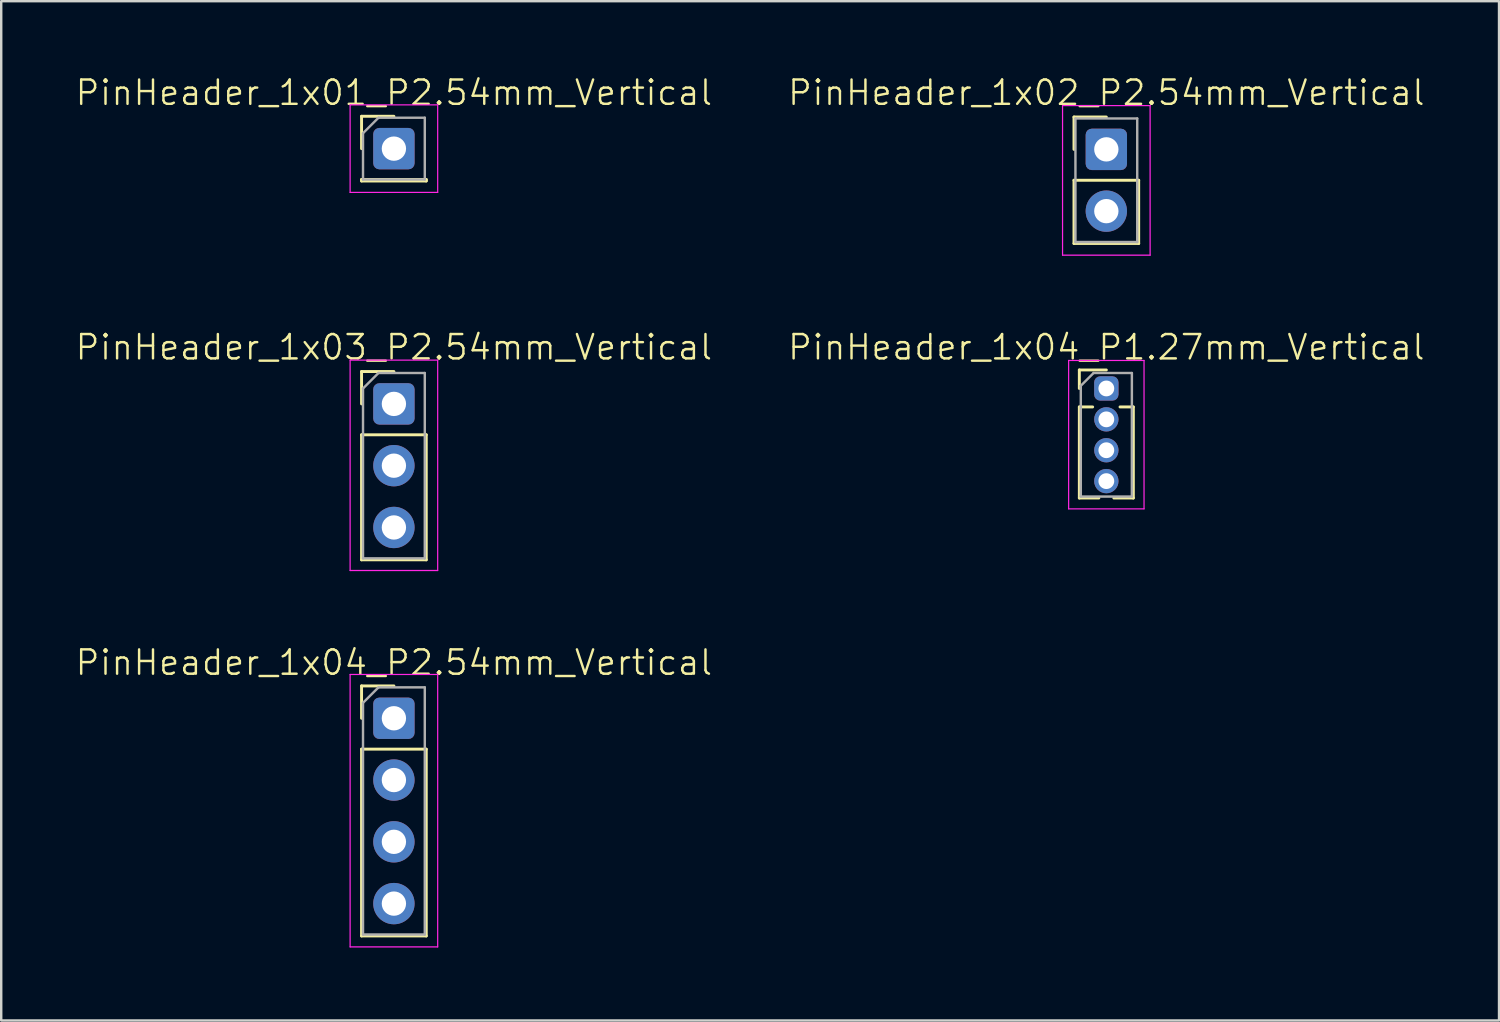
<source format=kicad_pcb>
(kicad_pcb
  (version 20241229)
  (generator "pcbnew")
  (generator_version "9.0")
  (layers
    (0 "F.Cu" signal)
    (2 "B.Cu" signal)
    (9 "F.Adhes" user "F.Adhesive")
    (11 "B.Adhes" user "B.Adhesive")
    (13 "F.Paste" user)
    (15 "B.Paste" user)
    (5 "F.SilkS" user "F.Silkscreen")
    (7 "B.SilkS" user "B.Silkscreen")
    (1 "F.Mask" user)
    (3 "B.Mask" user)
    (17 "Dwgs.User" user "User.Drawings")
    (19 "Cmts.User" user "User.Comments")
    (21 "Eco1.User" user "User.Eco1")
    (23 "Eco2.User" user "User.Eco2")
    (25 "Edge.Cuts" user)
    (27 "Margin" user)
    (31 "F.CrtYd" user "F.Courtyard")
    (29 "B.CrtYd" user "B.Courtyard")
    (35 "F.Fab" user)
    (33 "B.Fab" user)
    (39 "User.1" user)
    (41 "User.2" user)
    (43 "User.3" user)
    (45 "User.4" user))
  (footprint "PinHeader_1x02_P2.54mm_Vertical"
    (layer "F.Cu")
    (at 42.436 4.361)
    (property "Reference" "PinHeader_1x02_P2.54mm_Vertical" (at 0 -3.6 0) (layer "F.SilkS") (effects (font (size 1 1) (thickness 0.1))))
    (attr through_hole)
    (fp_line (start -1.33 -2.6) (end 0 -2.6) (stroke (width 0.12) (type solid)) (layer "F.SilkS"))
    (fp_line (start -1.33 -1.27) (end -1.33 -2.6) (stroke (width 0.12) (type solid)) (layer "F.SilkS"))
    (fp_line (start -1.33 0) (end -1.33 2.6) (stroke (width 0.12) (type solid)) (layer "F.SilkS"))
    (fp_line (start -1.33 0) (end 1.33 0) (stroke (width 0.12) (type solid)) (layer "F.SilkS"))
    (fp_line (start -1.33 2.6) (end 1.33 2.6) (stroke (width 0.12) (type solid)) (layer "F.SilkS"))
    (fp_line (start 1.33 0) (end 1.33 2.6) (stroke (width 0.12) (type solid)) (layer "F.SilkS"))
    (fp_line (start -1.8 -3.07) (end -1.8 3.08) (stroke (width 0.05) (type solid)) (layer "F.CrtYd"))
    (fp_line (start -1.8 3.08) (end 1.8 3.08) (stroke (width 0.05) (type solid)) (layer "F.CrtYd"))
    (fp_line (start 1.8 -3.07) (end -1.8 -3.07) (stroke (width 0.05) (type solid)) (layer "F.CrtYd"))
    (fp_line (start 1.8 3.08) (end 1.8 -3.07) (stroke (width 0.05) (type solid)) (layer "F.CrtYd"))
    (fp_line (start -1.27 -2.54) (end 1.27 -2.54) (stroke (width 0.1) (type solid)) (layer "F.Fab"))
    (fp_line (start -1.27 2.54) (end -1.27 -2.54) (stroke (width 0.1) (type solid)) (layer "F.Fab"))
    (fp_line (start 1.27 -2.54) (end 1.27 2.54) (stroke (width 0.1) (type solid)) (layer "F.Fab"))
    (fp_line (start 1.27 2.54) (end -1.27 2.54) (stroke (width 0.1) (type solid)) (layer "F.Fab"))
    (pad "1" thru_hole roundrect (at 0 -1.27) (size 1.7 1.7) (drill 1) (layers "*.Cu" "*.Mask") (roundrect_rratio 0.147))
    (pad "2" thru_hole oval (at 0 1.27) (size 1.7 1.7) (drill 1) (layers "*.Cu" "*.Mask")))
  (footprint "PinHeader_1x03_P2.54mm_Vertical"
    (layer "F.Cu")
    (at 13.145 16.096)
    (property "Reference" "PinHeader_1x03_P2.54mm_Vertical" (at 0 -4.87 0) (layer "F.SilkS") (effects (font (size 1 1) (thickness 0.1))))
    (attr through_hole)
    (fp_line (start -1.33 -3.87) (end 0 -3.87) (stroke (width 0.12) (type solid)) (layer "F.SilkS"))
    (fp_line (start -1.33 -2.54) (end -1.33 -3.87) (stroke (width 0.12) (type solid)) (layer "F.SilkS"))
    (fp_line (start -1.33 -1.27) (end -1.33 3.87) (stroke (width 0.12) (type solid)) (layer "F.SilkS"))
    (fp_line (start -1.33 -1.27) (end 1.33 -1.27) (stroke (width 0.12) (type solid)) (layer "F.SilkS"))
    (fp_line (start -1.33 3.87) (end 1.33 3.87) (stroke (width 0.12) (type solid)) (layer "F.SilkS"))
    (fp_line (start 1.33 -1.27) (end 1.33 3.87) (stroke (width 0.12) (type solid)) (layer "F.SilkS"))
    (fp_line (start -1.8 -4.34) (end -1.8 4.31) (stroke (width 0.05) (type solid)) (layer "F.CrtYd"))
    (fp_line (start -1.8 4.31) (end 1.8 4.31) (stroke (width 0.05) (type solid)) (layer "F.CrtYd"))
    (fp_line (start 1.8 -4.34) (end -1.8 -4.34) (stroke (width 0.05) (type solid)) (layer "F.CrtYd"))
    (fp_line (start 1.8 4.31) (end 1.8 -4.34) (stroke (width 0.05) (type solid)) (layer "F.CrtYd"))
    (fp_line (start -1.27 -3.175) (end -0.635 -3.81) (stroke (width 0.1) (type solid)) (layer "F.Fab"))
    (fp_line (start -1.27 3.81) (end -1.27 -3.175) (stroke (width 0.1) (type solid)) (layer "F.Fab"))
    (fp_line (start -0.635 -3.81) (end 1.27 -3.81) (stroke (width 0.1) (type solid)) (layer "F.Fab"))
    (fp_line (start 1.27 -3.81) (end 1.27 3.81) (stroke (width 0.1) (type solid)) (layer "F.Fab"))
    (fp_line (start 1.27 3.81) (end -1.27 3.81) (stroke (width 0.1) (type solid)) (layer "F.Fab"))
    (pad "1" thru_hole roundrect (at 0 -2.54) (size 1.7 1.7) (drill 1) (layers "*.Cu" "*.Mask") (roundrect_rratio 0.147))
    (pad "2" thru_hole oval (at 0 0) (size 1.7 1.7) (drill 1) (layers "*.Cu" "*.Mask"))
    (pad "3" thru_hole oval (at 0 2.54) (size 1.7 1.7) (drill 1) (layers "*.Cu" "*.Mask")))
  (footprint "PinHeader_1x04_P2.54mm_Vertical"
    (layer "F.Cu")
    (at 13.145 30.291)
    (property "Reference" "PinHeader_1x04_P2.54mm_Vertical" (at 0 -6.1 0) (layer "F.SilkS") (effects (font (size 1 1) (thickness 0.1))))
    (attr through_hole)
    (fp_line (start -1.33 -5.14) (end 0 -5.14) (stroke (width 0.12) (type solid)) (layer "F.SilkS"))
    (fp_line (start -1.33 -3.81) (end -1.33 -5.14) (stroke (width 0.12) (type solid)) (layer "F.SilkS"))
    (fp_line (start -1.33 -2.54) (end -1.33 5.14) (stroke (width 0.12) (type solid)) (layer "F.SilkS"))
    (fp_line (start -1.33 -2.54) (end 1.33 -2.54) (stroke (width 0.12) (type solid)) (layer "F.SilkS"))
    (fp_line (start -1.33 5.14) (end 1.33 5.14) (stroke (width 0.12) (type solid)) (layer "F.SilkS"))
    (fp_line (start 1.33 -2.54) (end 1.33 5.14) (stroke (width 0.12) (type solid)) (layer "F.SilkS"))
    (fp_line (start -1.8 -5.61) (end -1.8 5.59) (stroke (width 0.05) (type solid)) (layer "F.CrtYd"))
    (fp_line (start -1.8 5.59) (end 1.8 5.59) (stroke (width 0.05) (type solid)) (layer "F.CrtYd"))
    (fp_line (start 1.8 -5.61) (end -1.8 -5.61) (stroke (width 0.05) (type solid)) (layer "F.CrtYd"))
    (fp_line (start 1.8 5.59) (end 1.8 -5.61) (stroke (width 0.05) (type solid)) (layer "F.CrtYd"))
    (fp_line (start -1.27 -4.445) (end -0.635 -5.08) (stroke (width 0.1) (type solid)) (layer "F.Fab"))
    (fp_line (start -1.27 5.08) (end -1.27 -4.445) (stroke (width 0.1) (type solid)) (layer "F.Fab"))
    (fp_line (start -0.635 -5.08) (end 1.27 -5.08) (stroke (width 0.1) (type solid)) (layer "F.Fab"))
    (fp_line (start 1.27 -5.08) (end 1.27 5.08) (stroke (width 0.1) (type solid)) (layer "F.Fab"))
    (fp_line (start 1.27 5.08) (end -1.27 5.08) (stroke (width 0.1) (type solid)) (layer "F.Fab"))
    (pad "1" thru_hole roundrect (at 0 -3.81) (size 1.7 1.7) (drill 1) (layers "*.Cu" "*.Mask") (roundrect_rratio 0.147))
    (pad "2" thru_hole oval (at 0 -1.27) (size 1.7 1.7) (drill 1) (layers "*.Cu" "*.Mask"))
    (pad "3" thru_hole oval (at 0 1.27) (size 1.7 1.7) (drill 1) (layers "*.Cu" "*.Mask"))
    (pad "4" thru_hole oval (at 0 3.81) (size 1.7 1.7) (drill 1) (layers "*.Cu" "*.Mask")))
  (footprint "PinHeader_1x04_P1.27mm_Vertical"
    (layer "F.Cu")
    (at 42.436 12.921)
    (property "Reference" "PinHeader_1x04_P1.27mm_Vertical" (at 0 -1.695 0) (layer "F.SilkS") (effects (font (size 1 1) (thickness 0.1))))
    (attr through_hole)
    (fp_line (start -1.11 -0.76) (end 0 -0.76) (stroke (width 0.12) (type solid)) (layer "F.SilkS"))
    (fp_line (start -1.11 0) (end -1.11 -0.76) (stroke (width 0.12) (type solid)) (layer "F.SilkS"))
    (fp_line (start -1.11 0.76) (end -1.11 4.505) (stroke (width 0.12) (type solid)) (layer "F.SilkS"))
    (fp_line (start -1.11 0.76) (end -0.563 0.76) (stroke (width 0.12) (type solid)) (layer "F.SilkS"))
    (fp_line (start -1.11 4.505) (end -0.308 4.505) (stroke (width 0.12) (type solid)) (layer "F.SilkS"))
    (fp_line (start 0.308 4.505) (end 1.11 4.505) (stroke (width 0.12) (type solid)) (layer "F.SilkS"))
    (fp_line (start 0.563 0.76) (end 1.11 0.76) (stroke (width 0.12) (type solid)) (layer "F.SilkS"))
    (fp_line (start 1.11 0.76) (end 1.11 4.505) (stroke (width 0.12) (type solid)) (layer "F.SilkS"))
    (fp_line (start -1.55 -1.15) (end -1.55 4.95) (stroke (width 0.05) (type solid)) (layer "F.CrtYd"))
    (fp_line (start -1.55 4.95) (end 1.55 4.95) (stroke (width 0.05) (type solid)) (layer "F.CrtYd"))
    (fp_line (start 1.55 -1.15) (end -1.55 -1.15) (stroke (width 0.05) (type solid)) (layer "F.CrtYd"))
    (fp_line (start 1.55 4.95) (end 1.55 -1.15) (stroke (width 0.05) (type solid)) (layer "F.CrtYd"))
    (fp_line (start -1.05 -0.11) (end -0.525 -0.635) (stroke (width 0.1) (type solid)) (layer "F.Fab"))
    (fp_line (start -1.05 4.445) (end -1.05 -0.11) (stroke (width 0.1) (type solid)) (layer "F.Fab"))
    (fp_line (start -0.525 -0.635) (end 1.05 -0.635) (stroke (width 0.1) (type solid)) (layer "F.Fab"))
    (fp_line (start 1.05 -0.635) (end 1.05 4.445) (stroke (width 0.1) (type solid)) (layer "F.Fab"))
    (fp_line (start 1.05 4.445) (end -1.05 4.445) (stroke (width 0.1) (type solid)) (layer "F.Fab"))
    (pad "1" thru_hole roundrect (at 0 0) (size 1 1) (drill 0.65) (layers "*.Cu" "*.Mask") (roundrect_rratio 0.25))
    (pad "2" thru_hole oval (at 0 1.27) (size 1 1) (drill 0.65) (layers "*.Cu" "*.Mask"))
    (pad "3" thru_hole oval (at 0 2.54) (size 1 1) (drill 0.65) (layers "*.Cu" "*.Mask"))
    (pad "4" thru_hole oval (at 0 3.81) (size 1 1) (drill 0.65) (layers "*.Cu" "*.Mask")))
  (footprint "PinHeader_1x01_P2.54mm_Vertical"
    (layer "F.Cu")
    (at 13.145 3.061)
    (property "Reference" "PinHeader_1x01_P2.54mm_Vertical" (at 0 -2.3 0) (layer "F.SilkS") (effects (font (size 1 1) (thickness 0.1))))
    (attr through_hole)
    (fp_line (start -1.33 -1.33) (end 0 -1.33) (stroke (width 0.12) (type solid)) (layer "F.SilkS"))
    (fp_line (start -1.33 0) (end -1.33 -1.33) (stroke (width 0.12) (type solid)) (layer "F.SilkS"))
    (fp_line (start -1.33 1.27) (end -1.33 1.33) (stroke (width 0.12) (type solid)) (layer "F.SilkS"))
    (fp_line (start -1.33 1.27) (end 1.33 1.27) (stroke (width 0.12) (type solid)) (layer "F.SilkS"))
    (fp_line (start -1.33 1.33) (end 1.33 1.33) (stroke (width 0.12) (type solid)) (layer "F.SilkS"))
    (fp_line (start 1.33 1.27) (end 1.33 1.33) (stroke (width 0.12) (type solid)) (layer "F.SilkS"))
    (fp_line (start -1.8 -1.8) (end -1.8 1.8) (stroke (width 0.05) (type solid)) (layer "F.CrtYd"))
    (fp_line (start -1.8 1.8) (end 1.8 1.8) (stroke (width 0.05) (type solid)) (layer "F.CrtYd"))
    (fp_line (start 1.8 -1.8) (end -1.8 -1.8) (stroke (width 0.05) (type solid)) (layer "F.CrtYd"))
    (fp_line (start 1.8 1.8) (end 1.8 -1.8) (stroke (width 0.05) (type solid)) (layer "F.CrtYd"))
    (fp_line (start -1.27 -0.635) (end -0.635 -1.27) (stroke (width 0.1) (type solid)) (layer "F.Fab"))
    (fp_line (start -1.27 1.27) (end -1.27 -0.635) (stroke (width 0.1) (type solid)) (layer "F.Fab"))
    (fp_line (start -0.635 -1.27) (end 1.27 -1.27) (stroke (width 0.1) (type solid)) (layer "F.Fab"))
    (fp_line (start 1.27 -1.27) (end 1.27 1.27) (stroke (width 0.1) (type solid)) (layer "F.Fab"))
    (fp_line (start 1.27 1.27) (end -1.27 1.27) (stroke (width 0.1) (type solid)) (layer "F.Fab"))
    (pad "1" thru_hole roundrect (at 0 0) (size 1.7 1.7) (drill 1) (layers "*.Cu" "*.Mask") (roundrect_rratio 0.147)))
  (gr_rect
    (start -3 -3)
    (end 58.581 38.907)
    (stroke (width 0.1) (type default))
    (fill no)
    (layer "Edge.Cuts")))
</source>
